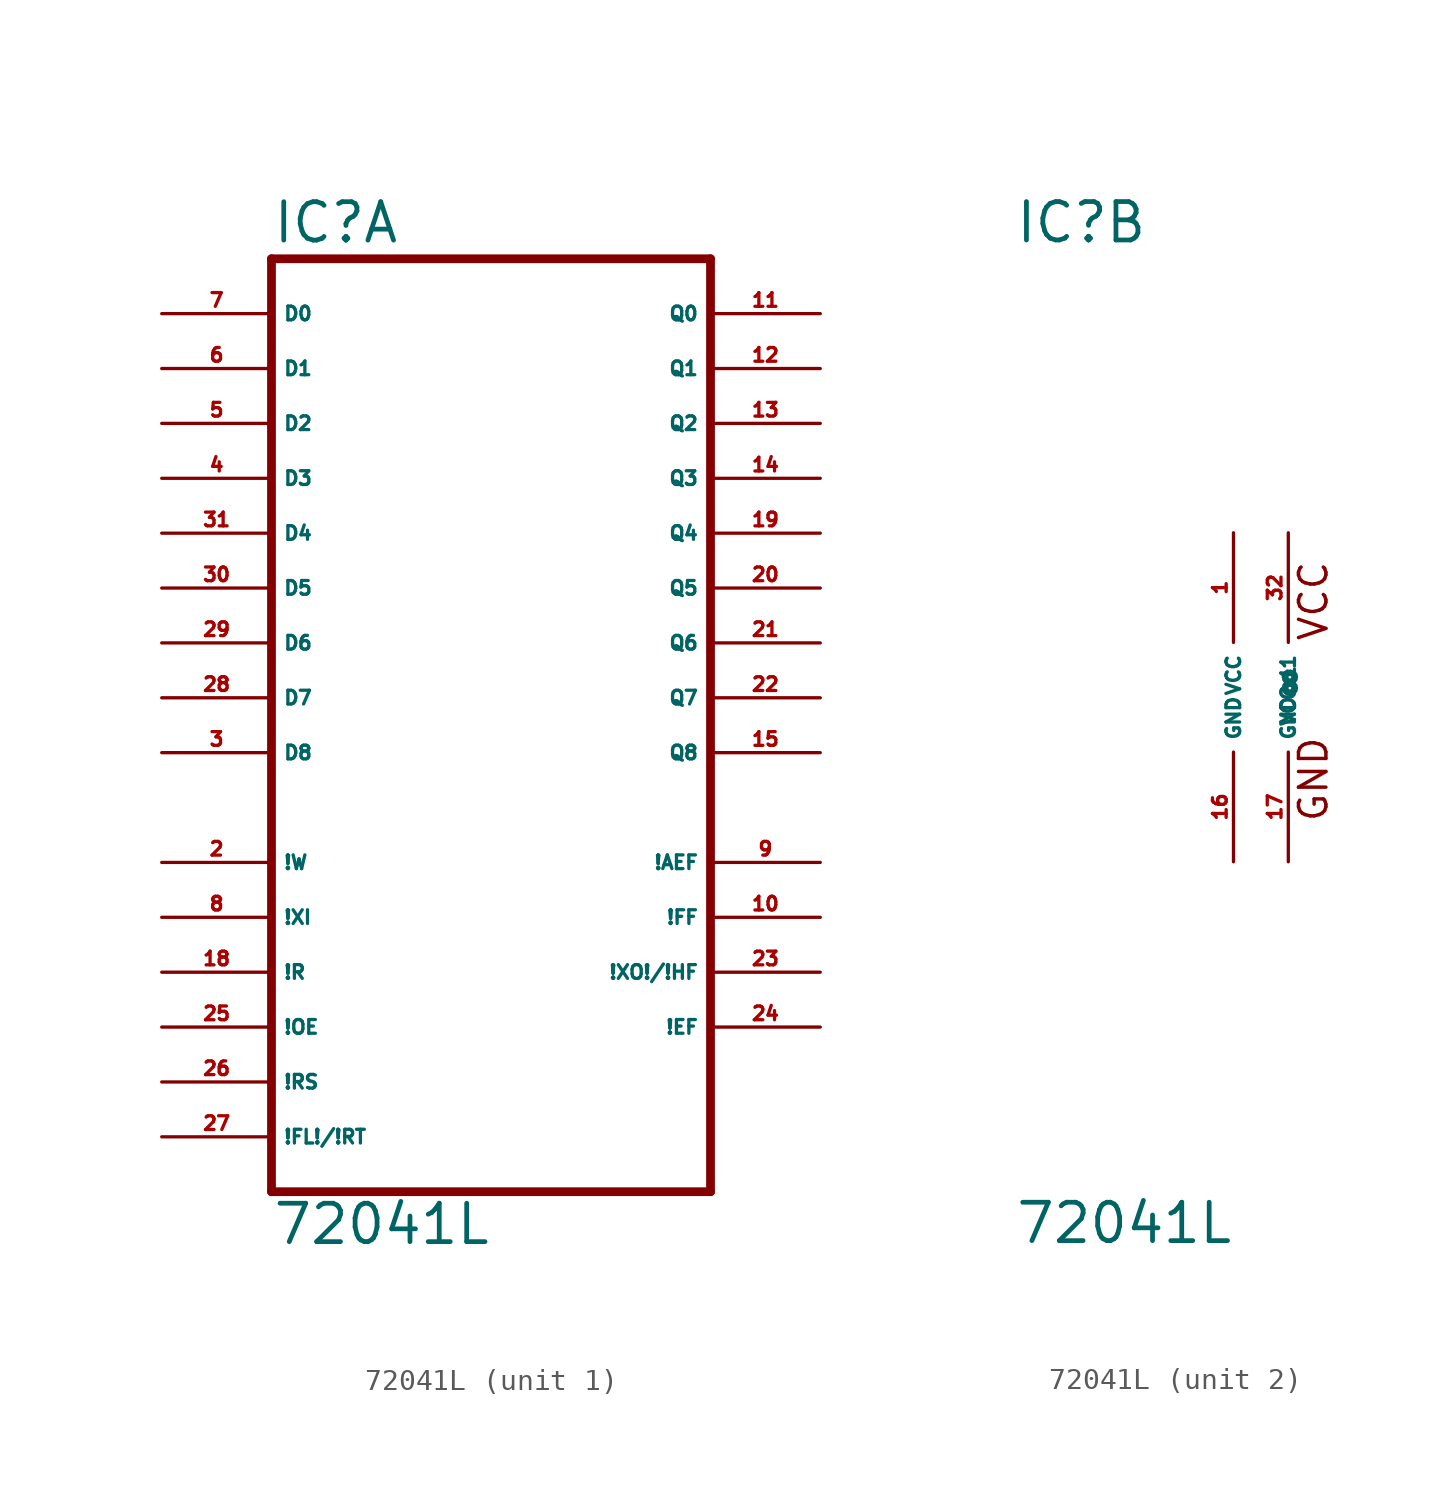
<source format=kicad_sym>
(kicad_symbol_lib
  (version 20220914)
  (generator Eagle2Kicad)
  (symbol "72041L"
    (property "Reference" "IC"
      (at -10.16 20.955 0)
      (effects (font (size 1.778 1.778) (thickness 0.22)) (justify left bottom)))
    (property "Value" "72041L"
      (at -10.16 -25.4 0)
      (effects (font (size 1.778 1.778) (thickness 0.22)) (justify left bottom)))
    (symbol "72041L_1_0"
      (polyline (pts (xy -10.16 -22.86) (xy 10.16 -22.86)) (stroke (width 0.406) (type default)) (fill (type none)))
      (polyline (pts (xy 10.16 -22.86) (xy 10.16 20.32)) (stroke (width 0.406) (type default)) (fill (type none)))
      (polyline (pts (xy 10.16 20.32) (xy -10.16 20.32)) (stroke (width 0.406) (type default)) (fill (type none)))
      (polyline (pts (xy -10.16 20.32) (xy -10.16 -22.86)) (stroke (width 0.406) (type default)) (fill (type none)))
      (pin input line (at -15.24 17.78 0) (length 5.08) (name "D0" (effects (font (size 0.635 0.635) (thickness 0.08)) (justify left bottom))) (number "7" (effects (font (size 0.635 0.635) (thickness 0.08)) (justify left bottom))))
      (pin input line (at -15.24 15.24 0) (length 5.08) (name "D1" (effects (font (size 0.635 0.635) (thickness 0.08)) (justify left bottom))) (number "6" (effects (font (size 0.635 0.635) (thickness 0.08)) (justify left bottom))))
      (pin input line (at -15.24 12.7 0) (length 5.08) (name "D2" (effects (font (size 0.635 0.635) (thickness 0.08)) (justify left bottom))) (number "5" (effects (font (size 0.635 0.635) (thickness 0.08)) (justify left bottom))))
      (pin input line (at -15.24 10.16 0) (length 5.08) (name "D3" (effects (font (size 0.635 0.635) (thickness 0.08)) (justify left bottom))) (number "4" (effects (font (size 0.635 0.635) (thickness 0.08)) (justify left bottom))))
      (pin input line (at -15.24 7.62 0) (length 5.08) (name "D4" (effects (font (size 0.635 0.635) (thickness 0.08)) (justify left bottom))) (number "31" (effects (font (size 0.635 0.635) (thickness 0.08)) (justify left bottom))))
      (pin input line (at -15.24 5.08 0) (length 5.08) (name "D5" (effects (font (size 0.635 0.635) (thickness 0.08)) (justify left bottom))) (number "30" (effects (font (size 0.635 0.635) (thickness 0.08)) (justify left bottom))))
      (pin input line (at -15.24 2.54 0) (length 5.08) (name "D6" (effects (font (size 0.635 0.635) (thickness 0.08)) (justify left bottom))) (number "29" (effects (font (size 0.635 0.635) (thickness 0.08)) (justify left bottom))))
      (pin input line (at -15.24 0 0) (length 5.08) (name "D7" (effects (font (size 0.635 0.635) (thickness 0.08)) (justify left bottom))) (number "28" (effects (font (size 0.635 0.635) (thickness 0.08)) (justify left bottom))))
      (pin input line (at -15.24 -2.54 0) (length 5.08) (name "D8" (effects (font (size 0.635 0.635) (thickness 0.08)) (justify left bottom))) (number "3" (effects (font (size 0.635 0.635) (thickness 0.08)) (justify left bottom))))
      (pin input line (at -15.24 -7.62 0) (length 5.08) (name "!W" (effects (font (size 0.635 0.635) (thickness 0.08)) (justify left bottom))) (number "2" (effects (font (size 0.635 0.635) (thickness 0.08)) (justify left bottom))))
      (pin input line (at -15.24 -10.16 0) (length 5.08) (name "!XI" (effects (font (size 0.635 0.635) (thickness 0.08)) (justify left bottom))) (number "8" (effects (font (size 0.635 0.635) (thickness 0.08)) (justify left bottom))))
      (pin input line (at -15.24 -12.7 0) (length 5.08) (name "!R" (effects (font (size 0.635 0.635) (thickness 0.08)) (justify left bottom))) (number "18" (effects (font (size 0.635 0.635) (thickness 0.08)) (justify left bottom))))
      (pin input line (at -15.24 -15.24 0) (length 5.08) (name "!OE" (effects (font (size 0.635 0.635) (thickness 0.08)) (justify left bottom))) (number "25" (effects (font (size 0.635 0.635) (thickness 0.08)) (justify left bottom))))
      (pin input line (at -15.24 -17.78 0) (length 5.08) (name "!RS" (effects (font (size 0.635 0.635) (thickness 0.08)) (justify left bottom))) (number "26" (effects (font (size 0.635 0.635) (thickness 0.08)) (justify left bottom))))
      (pin input line (at -15.24 -20.32 0) (length 5.08) (name "!FL!/!RT" (effects (font (size 0.635 0.635) (thickness 0.08)) (justify left bottom))) (number "27" (effects (font (size 0.635 0.635) (thickness 0.08)) (justify left bottom))))
      (pin output line (at 15.24 17.78 180) (length 5.08) (name "Q0" (effects (font (size 0.635 0.635) (thickness 0.08)) (justify left bottom))) (number "11" (effects (font (size 0.635 0.635) (thickness 0.08)) (justify left bottom))))
      (pin output line (at 15.24 15.24 180) (length 5.08) (name "Q1" (effects (font (size 0.635 0.635) (thickness 0.08)) (justify left bottom))) (number "12" (effects (font (size 0.635 0.635) (thickness 0.08)) (justify left bottom))))
      (pin output line (at 15.24 12.7 180) (length 5.08) (name "Q2" (effects (font (size 0.635 0.635) (thickness 0.08)) (justify left bottom))) (number "13" (effects (font (size 0.635 0.635) (thickness 0.08)) (justify left bottom))))
      (pin output line (at 15.24 10.16 180) (length 5.08) (name "Q3" (effects (font (size 0.635 0.635) (thickness 0.08)) (justify left bottom))) (number "14" (effects (font (size 0.635 0.635) (thickness 0.08)) (justify left bottom))))
      (pin output line (at 15.24 7.62 180) (length 5.08) (name "Q4" (effects (font (size 0.635 0.635) (thickness 0.08)) (justify left bottom))) (number "19" (effects (font (size 0.635 0.635) (thickness 0.08)) (justify left bottom))))
      (pin output line (at 15.24 5.08 180) (length 5.08) (name "Q5" (effects (font (size 0.635 0.635) (thickness 0.08)) (justify left bottom))) (number "20" (effects (font (size 0.635 0.635) (thickness 0.08)) (justify left bottom))))
      (pin output line (at 15.24 2.54 180) (length 5.08) (name "Q6" (effects (font (size 0.635 0.635) (thickness 0.08)) (justify left bottom))) (number "21" (effects (font (size 0.635 0.635) (thickness 0.08)) (justify left bottom))))
      (pin output line (at 15.24 0 180) (length 5.08) (name "Q7" (effects (font (size 0.635 0.635) (thickness 0.08)) (justify left bottom))) (number "22" (effects (font (size 0.635 0.635) (thickness 0.08)) (justify left bottom))))
      (pin output line (at 15.24 -2.54 180) (length 5.08) (name "Q8" (effects (font (size 0.635 0.635) (thickness 0.08)) (justify left bottom))) (number "15" (effects (font (size 0.635 0.635) (thickness 0.08)) (justify left bottom))))
      (pin output line (at 15.24 -7.62 180) (length 5.08) (name "!AEF" (effects (font (size 0.635 0.635) (thickness 0.08)) (justify left bottom))) (number "9" (effects (font (size 0.635 0.635) (thickness 0.08)) (justify left bottom))))
      (pin output line (at 15.24 -10.16 180) (length 5.08) (name "!FF" (effects (font (size 0.635 0.635) (thickness 0.08)) (justify left bottom))) (number "10" (effects (font (size 0.635 0.635) (thickness 0.08)) (justify left bottom))))
      (pin output line (at 15.24 -12.7 180) (length 5.08) (name "!XO!/!HF" (effects (font (size 0.635 0.635) (thickness 0.08)) (justify left bottom))) (number "23" (effects (font (size 0.635 0.635) (thickness 0.08)) (justify left bottom))))
      (pin output line (at 15.24 -15.24 180) (length 5.08) (name "!EF" (effects (font (size 0.635 0.635) (thickness 0.08)) (justify left bottom))) (number "24" (effects (font (size 0.635 0.635) (thickness 0.08)) (justify left bottom)))))
    (symbol "72041L_2_0"
      (text "VCC" (at 4.445 2.54 900) (effects (font (size 1.27 1.27) (thickness 0.16)) (justify left bottom)))
      (text "GND" (at 4.445 -5.842 900) (effects (font (size 1.27 1.27) (thickness 0.16)) (justify left bottom)))
      (pin unspecified line (at 0 7.62 270) (length 5.08) (name "VCC" (effects (font (size 0.635 0.635) (thickness 0.08)) (justify left bottom))) (number "1" (effects (font (size 0.635 0.635) (thickness 0.08)) (justify left bottom))))
      (pin unspecified line (at 0 -7.62 90) (length 5.08) (name "GND" (effects (font (size 0.635 0.635) (thickness 0.08)) (justify left bottom))) (number "16" (effects (font (size 0.635 0.635) (thickness 0.08)) (justify left bottom))))
      (pin unspecified line (at 2.54 7.62 270) (length 5.08) (name "VCC@1" (effects (font (size 0.635 0.635) (thickness 0.08)) (justify left bottom))) (number "32" (effects (font (size 0.635 0.635) (thickness 0.08)) (justify left bottom))))
      (pin unspecified line (at 2.54 -7.62 90) (length 5.08) (name "GND@1" (effects (font (size 0.635 0.635) (thickness 0.08)) (justify left bottom))) (number "17" (effects (font (size 0.635 0.635) (thickness 0.08)) (justify left bottom)))))))
</source>
